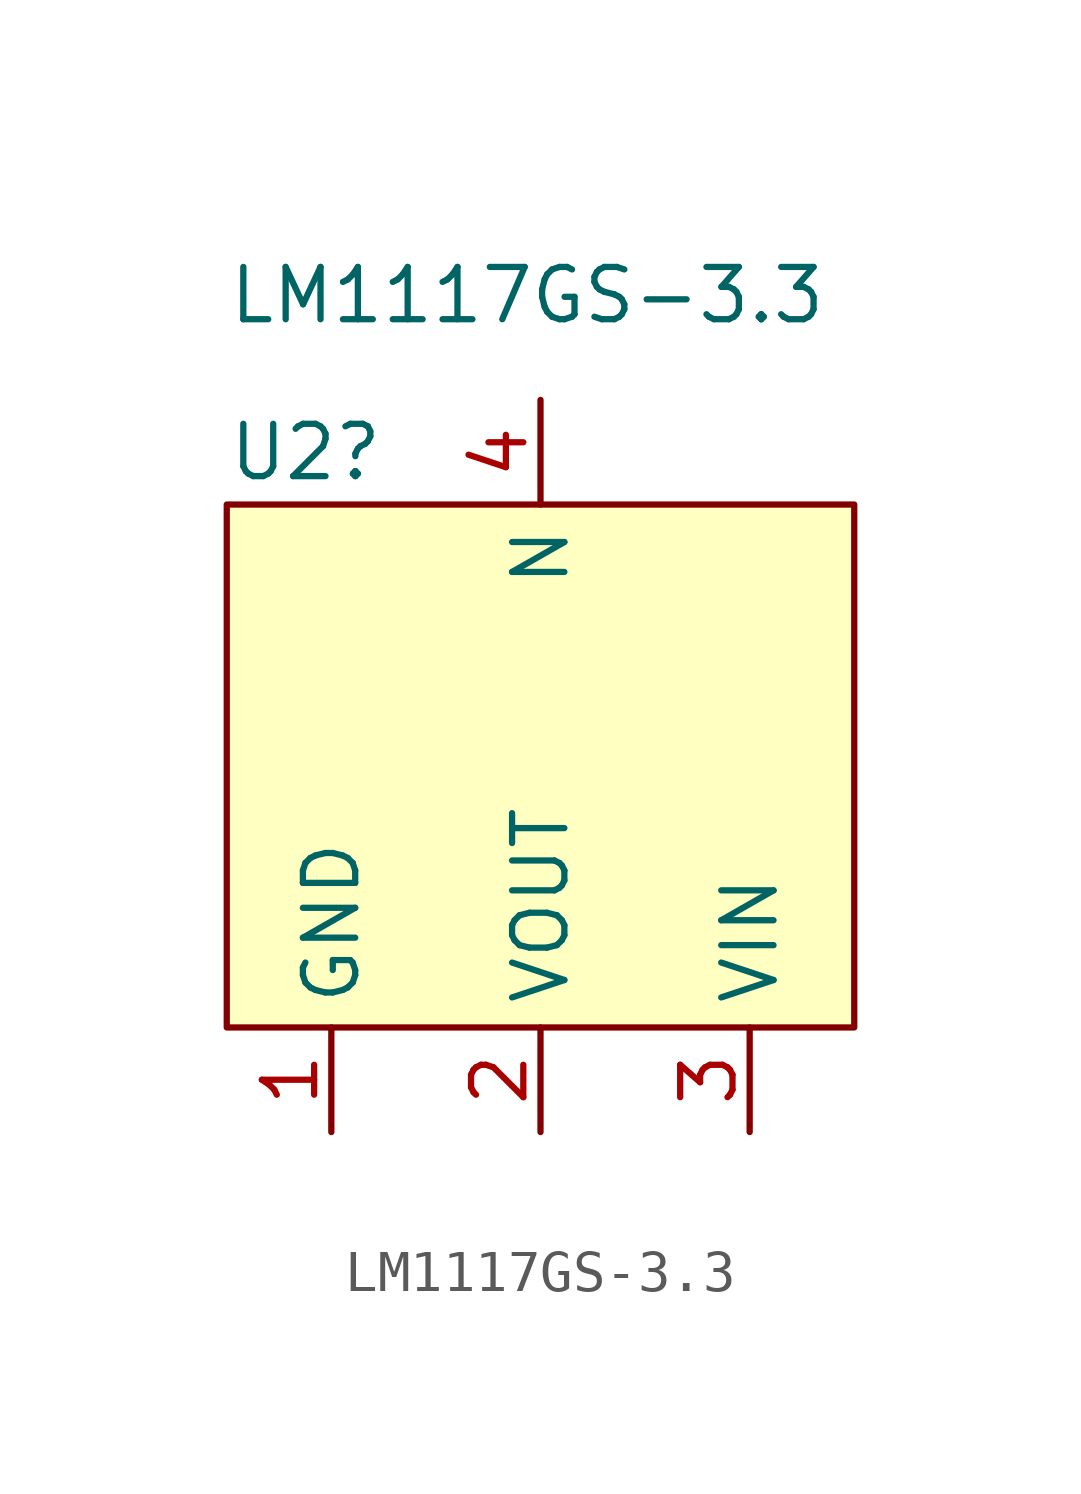
<source format=kicad_sym>
(kicad_symbol_lib
  (version 20220914)
  (generator kicad_symbol_editor)
  (symbol "LM1117GS-3.3"
    (property "Reference" "U2"
      (at -7.62 7.62 0)
      (effects (font (size 1.27 1.27)) (justify left)))
    (property "Value" "LM1117GS-3.3"
      (at -7.62 11.43 0)
      (effects (font (size 1.27 1.27)) (justify left)))
    (symbol "LM1117GS-3.3_1_0"
      (pin bidirectional line (at -5.08 -8.89 90) (length 2.54) (name "GND" (effects (font (size 1.27 1.27)))) (number "1" (effects (font (size 1.27 1.27)))))
      (pin bidirectional line (at 0 -8.89 90) (length 2.54) (name "VOUT" (effects (font (size 1.27 1.27)))) (number "2" (effects (font (size 1.27 1.27)))))
      (pin bidirectional line (at 5.08 -8.89 90) (length 2.54) (name "VIN" (effects (font (size 1.27 1.27)))) (number "3" (effects (font (size 1.27 1.27)))))
      (pin passive line (at 0 8.89 270) (length 2.54) (name "N" (effects (font (size 1.27 1.27)))) (number "4" (effects (font (size 1.27 1.27))))))
    (symbol "LM1117GS-3.3_1_1"
      (rectangle (start -7.62 6.35) (end 7.62 -6.35) (stroke (width 0) (type default)) (fill (type background))))))
</source>
